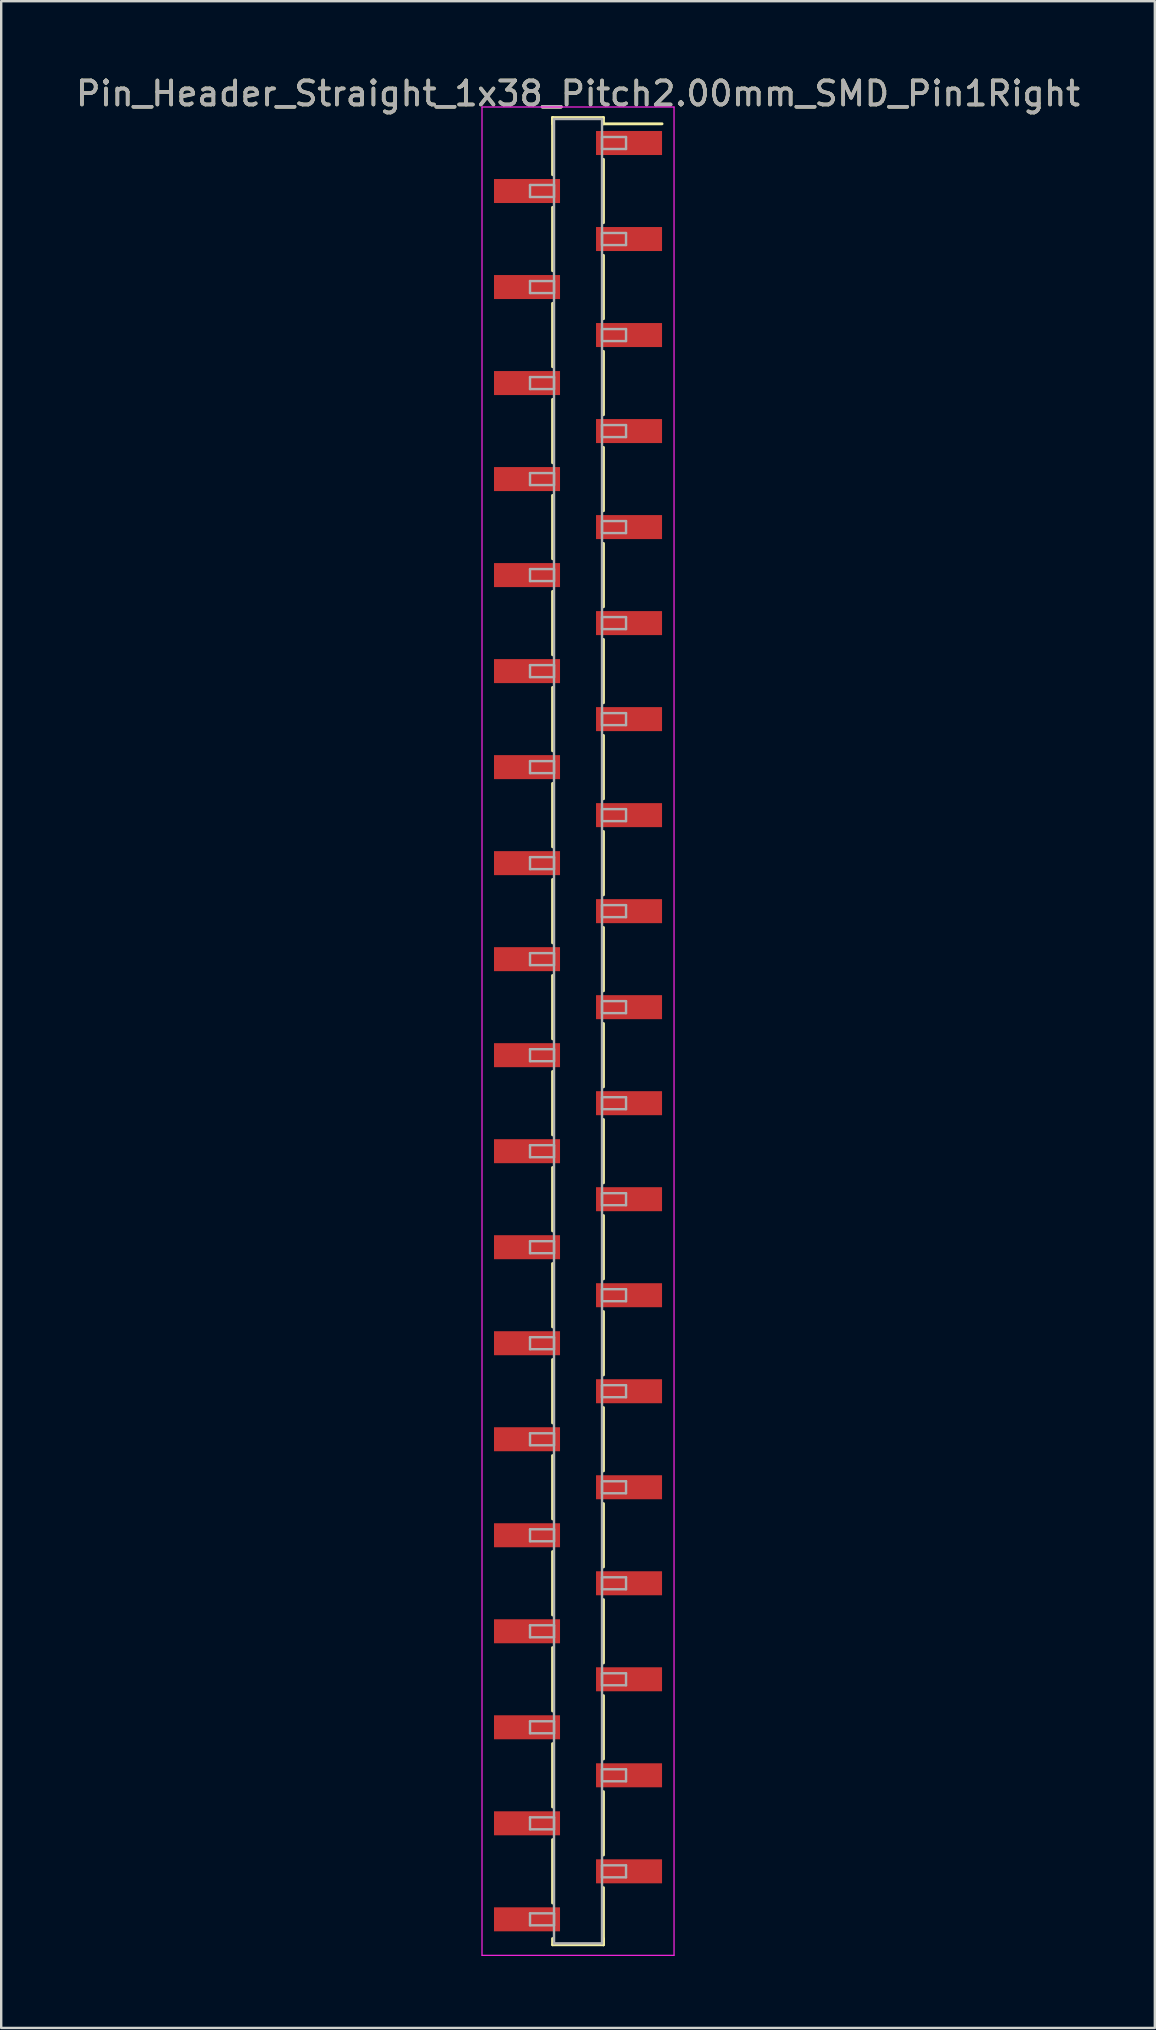
<source format=kicad_pcb>
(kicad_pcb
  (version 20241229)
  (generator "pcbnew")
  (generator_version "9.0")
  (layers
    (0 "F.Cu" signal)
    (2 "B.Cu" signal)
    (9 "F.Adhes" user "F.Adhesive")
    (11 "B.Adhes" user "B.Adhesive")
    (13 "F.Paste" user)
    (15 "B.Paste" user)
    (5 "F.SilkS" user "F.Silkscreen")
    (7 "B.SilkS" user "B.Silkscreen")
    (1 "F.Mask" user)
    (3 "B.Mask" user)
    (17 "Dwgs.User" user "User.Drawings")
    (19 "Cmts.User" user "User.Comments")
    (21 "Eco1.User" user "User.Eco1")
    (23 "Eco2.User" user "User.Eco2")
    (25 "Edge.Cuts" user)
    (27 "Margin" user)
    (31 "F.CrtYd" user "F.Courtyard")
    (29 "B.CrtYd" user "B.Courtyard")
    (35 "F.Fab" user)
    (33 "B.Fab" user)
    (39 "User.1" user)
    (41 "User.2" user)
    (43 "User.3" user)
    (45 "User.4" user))
  (footprint "Pin_Header_Straight_1x38_Pitch2.00mm_SMD_Pin1Right"
    (layer "F.Cu")
    (at 21.03 39.908)
    (property "Reference" "Pin_Header_Straight_1x38_Pitch2.00mm_SMD_Pin1Right" (at 0 -39.06 0) (layer "F.SilkS") (effects (font (size 1 1) (thickness 0.15))))
    (attr smd)
    (fp_line (start -1.06 -38.06) (end -1.06 -35.68) (stroke (width 0.12) (type solid)) (layer "F.SilkS"))
    (fp_line (start -1.06 -38.06) (end 1.06 -38.06) (stroke (width 0.12) (type solid)) (layer "F.SilkS"))
    (fp_line (start -1.06 -37.8) (end -1.06 -38.06) (stroke (width 0.12) (type solid)) (layer "F.SilkS"))
    (fp_line (start -1.06 -34.32) (end -1.06 -31.68) (stroke (width 0.12) (type solid)) (layer "F.SilkS"))
    (fp_line (start -1.06 -30.32) (end -1.06 -27.68) (stroke (width 0.12) (type solid)) (layer "F.SilkS"))
    (fp_line (start -1.06 -26.32) (end -1.06 -23.68) (stroke (width 0.12) (type solid)) (layer "F.SilkS"))
    (fp_line (start -1.06 -22.32) (end -1.06 -19.68) (stroke (width 0.12) (type solid)) (layer "F.SilkS"))
    (fp_line (start -1.06 -18.32) (end -1.06 -15.68) (stroke (width 0.12) (type solid)) (layer "F.SilkS"))
    (fp_line (start -1.06 -14.32) (end -1.06 -11.68) (stroke (width 0.12) (type solid)) (layer "F.SilkS"))
    (fp_line (start -1.06 -10.32) (end -1.06 -7.68) (stroke (width 0.12) (type solid)) (layer "F.SilkS"))
    (fp_line (start -1.06 -6.32) (end -1.06 -3.68) (stroke (width 0.12) (type solid)) (layer "F.SilkS"))
    (fp_line (start -1.06 -2.32) (end -1.06 0.32) (stroke (width 0.12) (type solid)) (layer "F.SilkS"))
    (fp_line (start -1.06 1.68) (end -1.06 4.32) (stroke (width 0.12) (type solid)) (layer "F.SilkS"))
    (fp_line (start -1.06 5.68) (end -1.06 8.32) (stroke (width 0.12) (type solid)) (layer "F.SilkS"))
    (fp_line (start -1.06 9.68) (end -1.06 12.32) (stroke (width 0.12) (type solid)) (layer "F.SilkS"))
    (fp_line (start -1.06 13.68) (end -1.06 16.32) (stroke (width 0.12) (type solid)) (layer "F.SilkS"))
    (fp_line (start -1.06 17.68) (end -1.06 20.32) (stroke (width 0.12) (type solid)) (layer "F.SilkS"))
    (fp_line (start -1.06 21.68) (end -1.06 24.32) (stroke (width 0.12) (type solid)) (layer "F.SilkS"))
    (fp_line (start -1.06 25.68) (end -1.06 28.32) (stroke (width 0.12) (type solid)) (layer "F.SilkS"))
    (fp_line (start -1.06 29.68) (end -1.06 32.32) (stroke (width 0.12) (type solid)) (layer "F.SilkS"))
    (fp_line (start -1.06 33.68) (end -1.06 36.32) (stroke (width 0.12) (type solid)) (layer "F.SilkS"))
    (fp_line (start -1.06 37.8) (end -1.06 38.06) (stroke (width 0.12) (type solid)) (layer "F.SilkS"))
    (fp_line (start -1.06 38.06) (end 1.06 38.06) (stroke (width 0.12) (type solid)) (layer "F.SilkS"))
    (fp_line (start 1.06 -38.06) (end 1.06 -37.8) (stroke (width 0.12) (type solid)) (layer "F.SilkS"))
    (fp_line (start 1.06 -37.8) (end 3.5 -37.8) (stroke (width 0.12) (type solid)) (layer "F.SilkS"))
    (fp_line (start 1.06 -36.32) (end 1.06 -33.68) (stroke (width 0.12) (type solid)) (layer "F.SilkS"))
    (fp_line (start 1.06 -32.32) (end 1.06 -29.68) (stroke (width 0.12) (type solid)) (layer "F.SilkS"))
    (fp_line (start 1.06 -28.32) (end 1.06 -25.68) (stroke (width 0.12) (type solid)) (layer "F.SilkS"))
    (fp_line (start 1.06 -24.32) (end 1.06 -21.68) (stroke (width 0.12) (type solid)) (layer "F.SilkS"))
    (fp_line (start 1.06 -20.32) (end 1.06 -17.68) (stroke (width 0.12) (type solid)) (layer "F.SilkS"))
    (fp_line (start 1.06 -16.32) (end 1.06 -13.68) (stroke (width 0.12) (type solid)) (layer "F.SilkS"))
    (fp_line (start 1.06 -12.32) (end 1.06 -9.68) (stroke (width 0.12) (type solid)) (layer "F.SilkS"))
    (fp_line (start 1.06 -8.32) (end 1.06 -5.68) (stroke (width 0.12) (type solid)) (layer "F.SilkS"))
    (fp_line (start 1.06 -4.32) (end 1.06 -1.68) (stroke (width 0.12) (type solid)) (layer "F.SilkS"))
    (fp_line (start 1.06 -0.32) (end 1.06 2.32) (stroke (width 0.12) (type solid)) (layer "F.SilkS"))
    (fp_line (start 1.06 3.68) (end 1.06 6.32) (stroke (width 0.12) (type solid)) (layer "F.SilkS"))
    (fp_line (start 1.06 7.68) (end 1.06 10.32) (stroke (width 0.12) (type solid)) (layer "F.SilkS"))
    (fp_line (start 1.06 11.68) (end 1.06 14.32) (stroke (width 0.12) (type solid)) (layer "F.SilkS"))
    (fp_line (start 1.06 15.68) (end 1.06 18.32) (stroke (width 0.12) (type solid)) (layer "F.SilkS"))
    (fp_line (start 1.06 19.68) (end 1.06 22.32) (stroke (width 0.12) (type solid)) (layer "F.SilkS"))
    (fp_line (start 1.06 23.68) (end 1.06 26.32) (stroke (width 0.12) (type solid)) (layer "F.SilkS"))
    (fp_line (start 1.06 27.68) (end 1.06 30.32) (stroke (width 0.12) (type solid)) (layer "F.SilkS"))
    (fp_line (start 1.06 31.68) (end 1.06 34.32) (stroke (width 0.12) (type solid)) (layer "F.SilkS"))
    (fp_line (start 1.06 35.68) (end 1.06 38.06) (stroke (width 0.12) (type solid)) (layer "F.SilkS"))
    (fp_line (start 1.06 38.06) (end 1.06 37.8) (stroke (width 0.12) (type solid)) (layer "F.SilkS"))
    (fp_line (start -4 -38.5) (end -4 38.5) (stroke (width 0.05) (type solid)) (layer "F.CrtYd"))
    (fp_line (start -4 38.5) (end 4 38.5) (stroke (width 0.05) (type solid)) (layer "F.CrtYd"))
    (fp_line (start 4 -38.5) (end -4 -38.5) (stroke (width 0.05) (type solid)) (layer "F.CrtYd"))
    (fp_line (start 4 38.5) (end 4 -38.5) (stroke (width 0.05) (type solid)) (layer "F.CrtYd"))
    (fp_line (start -2 -35.25) (end -1 -35.25) (stroke (width 0.1) (type solid)) (layer "F.Fab"))
    (fp_line (start -2 -34.75) (end -2 -35.25) (stroke (width 0.1) (type solid)) (layer "F.Fab"))
    (fp_line (start -2 -31.25) (end -1 -31.25) (stroke (width 0.1) (type solid)) (layer "F.Fab"))
    (fp_line (start -2 -30.75) (end -2 -31.25) (stroke (width 0.1) (type solid)) (layer "F.Fab"))
    (fp_line (start -2 -27.25) (end -1 -27.25) (stroke (width 0.1) (type solid)) (layer "F.Fab"))
    (fp_line (start -2 -26.75) (end -2 -27.25) (stroke (width 0.1) (type solid)) (layer "F.Fab"))
    (fp_line (start -2 -23.25) (end -1 -23.25) (stroke (width 0.1) (type solid)) (layer "F.Fab"))
    (fp_line (start -2 -22.75) (end -2 -23.25) (stroke (width 0.1) (type solid)) (layer "F.Fab"))
    (fp_line (start -2 -19.25) (end -1 -19.25) (stroke (width 0.1) (type solid)) (layer "F.Fab"))
    (fp_line (start -2 -18.75) (end -2 -19.25) (stroke (width 0.1) (type solid)) (layer "F.Fab"))
    (fp_line (start -2 -15.25) (end -1 -15.25) (stroke (width 0.1) (type solid)) (layer "F.Fab"))
    (fp_line (start -2 -14.75) (end -2 -15.25) (stroke (width 0.1) (type solid)) (layer "F.Fab"))
    (fp_line (start -2 -11.25) (end -1 -11.25) (stroke (width 0.1) (type solid)) (layer "F.Fab"))
    (fp_line (start -2 -10.75) (end -2 -11.25) (stroke (width 0.1) (type solid)) (layer "F.Fab"))
    (fp_line (start -2 -7.25) (end -1 -7.25) (stroke (width 0.1) (type solid)) (layer "F.Fab"))
    (fp_line (start -2 -6.75) (end -2 -7.25) (stroke (width 0.1) (type solid)) (layer "F.Fab"))
    (fp_line (start -2 -3.25) (end -1 -3.25) (stroke (width 0.1) (type solid)) (layer "F.Fab"))
    (fp_line (start -2 -2.75) (end -2 -3.25) (stroke (width 0.1) (type solid)) (layer "F.Fab"))
    (fp_line (start -2 0.75) (end -1 0.75) (stroke (width 0.1) (type solid)) (layer "F.Fab"))
    (fp_line (start -2 1.25) (end -2 0.75) (stroke (width 0.1) (type solid)) (layer "F.Fab"))
    (fp_line (start -2 4.75) (end -1 4.75) (stroke (width 0.1) (type solid)) (layer "F.Fab"))
    (fp_line (start -2 5.25) (end -2 4.75) (stroke (width 0.1) (type solid)) (layer "F.Fab"))
    (fp_line (start -2 8.75) (end -1 8.75) (stroke (width 0.1) (type solid)) (layer "F.Fab"))
    (fp_line (start -2 9.25) (end -2 8.75) (stroke (width 0.1) (type solid)) (layer "F.Fab"))
    (fp_line (start -2 12.75) (end -1 12.75) (stroke (width 0.1) (type solid)) (layer "F.Fab"))
    (fp_line (start -2 13.25) (end -2 12.75) (stroke (width 0.1) (type solid)) (layer "F.Fab"))
    (fp_line (start -2 16.75) (end -1 16.75) (stroke (width 0.1) (type solid)) (layer "F.Fab"))
    (fp_line (start -2 17.25) (end -2 16.75) (stroke (width 0.1) (type solid)) (layer "F.Fab"))
    (fp_line (start -2 20.75) (end -1 20.75) (stroke (width 0.1) (type solid)) (layer "F.Fab"))
    (fp_line (start -2 21.25) (end -2 20.75) (stroke (width 0.1) (type solid)) (layer "F.Fab"))
    (fp_line (start -2 24.75) (end -1 24.75) (stroke (width 0.1) (type solid)) (layer "F.Fab"))
    (fp_line (start -2 25.25) (end -2 24.75) (stroke (width 0.1) (type solid)) (layer "F.Fab"))
    (fp_line (start -2 28.75) (end -1 28.75) (stroke (width 0.1) (type solid)) (layer "F.Fab"))
    (fp_line (start -2 29.25) (end -2 28.75) (stroke (width 0.1) (type solid)) (layer "F.Fab"))
    (fp_line (start -2 32.75) (end -1 32.75) (stroke (width 0.1) (type solid)) (layer "F.Fab"))
    (fp_line (start -2 33.25) (end -2 32.75) (stroke (width 0.1) (type solid)) (layer "F.Fab"))
    (fp_line (start -2 36.75) (end -1 36.75) (stroke (width 0.1) (type solid)) (layer "F.Fab"))
    (fp_line (start -2 37.25) (end -2 36.75) (stroke (width 0.1) (type solid)) (layer "F.Fab"))
    (fp_line (start -1 -38) (end -1 38) (stroke (width 0.1) (type solid)) (layer "F.Fab"))
    (fp_line (start -1 -35.25) (end -1 -34.75) (stroke (width 0.1) (type solid)) (layer "F.Fab"))
    (fp_line (start -1 -34.75) (end -2 -34.75) (stroke (width 0.1) (type solid)) (layer "F.Fab"))
    (fp_line (start -1 -31.25) (end -1 -30.75) (stroke (width 0.1) (type solid)) (layer "F.Fab"))
    (fp_line (start -1 -30.75) (end -2 -30.75) (stroke (width 0.1) (type solid)) (layer "F.Fab"))
    (fp_line (start -1 -27.25) (end -1 -26.75) (stroke (width 0.1) (type solid)) (layer "F.Fab"))
    (fp_line (start -1 -26.75) (end -2 -26.75) (stroke (width 0.1) (type solid)) (layer "F.Fab"))
    (fp_line (start -1 -23.25) (end -1 -22.75) (stroke (width 0.1) (type solid)) (layer "F.Fab"))
    (fp_line (start -1 -22.75) (end -2 -22.75) (stroke (width 0.1) (type solid)) (layer "F.Fab"))
    (fp_line (start -1 -19.25) (end -1 -18.75) (stroke (width 0.1) (type solid)) (layer "F.Fab"))
    (fp_line (start -1 -18.75) (end -2 -18.75) (stroke (width 0.1) (type solid)) (layer "F.Fab"))
    (fp_line (start -1 -15.25) (end -1 -14.75) (stroke (width 0.1) (type solid)) (layer "F.Fab"))
    (fp_line (start -1 -14.75) (end -2 -14.75) (stroke (width 0.1) (type solid)) (layer "F.Fab"))
    (fp_line (start -1 -11.25) (end -1 -10.75) (stroke (width 0.1) (type solid)) (layer "F.Fab"))
    (fp_line (start -1 -10.75) (end -2 -10.75) (stroke (width 0.1) (type solid)) (layer "F.Fab"))
    (fp_line (start -1 -7.25) (end -1 -6.75) (stroke (width 0.1) (type solid)) (layer "F.Fab"))
    (fp_line (start -1 -6.75) (end -2 -6.75) (stroke (width 0.1) (type solid)) (layer "F.Fab"))
    (fp_line (start -1 -3.25) (end -1 -2.75) (stroke (width 0.1) (type solid)) (layer "F.Fab"))
    (fp_line (start -1 -2.75) (end -2 -2.75) (stroke (width 0.1) (type solid)) (layer "F.Fab"))
    (fp_line (start -1 0.75) (end -1 1.25) (stroke (width 0.1) (type solid)) (layer "F.Fab"))
    (fp_line (start -1 1.25) (end -2 1.25) (stroke (width 0.1) (type solid)) (layer "F.Fab"))
    (fp_line (start -1 4.75) (end -1 5.25) (stroke (width 0.1) (type solid)) (layer "F.Fab"))
    (fp_line (start -1 5.25) (end -2 5.25) (stroke (width 0.1) (type solid)) (layer "F.Fab"))
    (fp_line (start -1 8.75) (end -1 9.25) (stroke (width 0.1) (type solid)) (layer "F.Fab"))
    (fp_line (start -1 9.25) (end -2 9.25) (stroke (width 0.1) (type solid)) (layer "F.Fab"))
    (fp_line (start -1 12.75) (end -1 13.25) (stroke (width 0.1) (type solid)) (layer "F.Fab"))
    (fp_line (start -1 13.25) (end -2 13.25) (stroke (width 0.1) (type solid)) (layer "F.Fab"))
    (fp_line (start -1 16.75) (end -1 17.25) (stroke (width 0.1) (type solid)) (layer "F.Fab"))
    (fp_line (start -1 17.25) (end -2 17.25) (stroke (width 0.1) (type solid)) (layer "F.Fab"))
    (fp_line (start -1 20.75) (end -1 21.25) (stroke (width 0.1) (type solid)) (layer "F.Fab"))
    (fp_line (start -1 21.25) (end -2 21.25) (stroke (width 0.1) (type solid)) (layer "F.Fab"))
    (fp_line (start -1 24.75) (end -1 25.25) (stroke (width 0.1) (type solid)) (layer "F.Fab"))
    (fp_line (start -1 25.25) (end -2 25.25) (stroke (width 0.1) (type solid)) (layer "F.Fab"))
    (fp_line (start -1 28.75) (end -1 29.25) (stroke (width 0.1) (type solid)) (layer "F.Fab"))
    (fp_line (start -1 29.25) (end -2 29.25) (stroke (width 0.1) (type solid)) (layer "F.Fab"))
    (fp_line (start -1 32.75) (end -1 33.25) (stroke (width 0.1) (type solid)) (layer "F.Fab"))
    (fp_line (start -1 33.25) (end -2 33.25) (stroke (width 0.1) (type solid)) (layer "F.Fab"))
    (fp_line (start -1 36.75) (end -1 37.25) (stroke (width 0.1) (type solid)) (layer "F.Fab"))
    (fp_line (start -1 37.25) (end -2 37.25) (stroke (width 0.1) (type solid)) (layer "F.Fab"))
    (fp_line (start -1 38) (end 1 38) (stroke (width 0.1) (type solid)) (layer "F.Fab"))
    (fp_line (start 1 -38) (end -1 -38) (stroke (width 0.1) (type solid)) (layer "F.Fab"))
    (fp_line (start 1 -37.25) (end 1 -36.75) (stroke (width 0.1) (type solid)) (layer "F.Fab"))
    (fp_line (start 1 -36.75) (end 2 -36.75) (stroke (width 0.1) (type solid)) (layer "F.Fab"))
    (fp_line (start 1 -33.25) (end 1 -32.75) (stroke (width 0.1) (type solid)) (layer "F.Fab"))
    (fp_line (start 1 -32.75) (end 2 -32.75) (stroke (width 0.1) (type solid)) (layer "F.Fab"))
    (fp_line (start 1 -29.25) (end 1 -28.75) (stroke (width 0.1) (type solid)) (layer "F.Fab"))
    (fp_line (start 1 -28.75) (end 2 -28.75) (stroke (width 0.1) (type solid)) (layer "F.Fab"))
    (fp_line (start 1 -25.25) (end 1 -24.75) (stroke (width 0.1) (type solid)) (layer "F.Fab"))
    (fp_line (start 1 -24.75) (end 2 -24.75) (stroke (width 0.1) (type solid)) (layer "F.Fab"))
    (fp_line (start 1 -21.25) (end 1 -20.75) (stroke (width 0.1) (type solid)) (layer "F.Fab"))
    (fp_line (start 1 -20.75) (end 2 -20.75) (stroke (width 0.1) (type solid)) (layer "F.Fab"))
    (fp_line (start 1 -17.25) (end 1 -16.75) (stroke (width 0.1) (type solid)) (layer "F.Fab"))
    (fp_line (start 1 -16.75) (end 2 -16.75) (stroke (width 0.1) (type solid)) (layer "F.Fab"))
    (fp_line (start 1 -13.25) (end 1 -12.75) (stroke (width 0.1) (type solid)) (layer "F.Fab"))
    (fp_line (start 1 -12.75) (end 2 -12.75) (stroke (width 0.1) (type solid)) (layer "F.Fab"))
    (fp_line (start 1 -9.25) (end 1 -8.75) (stroke (width 0.1) (type solid)) (layer "F.Fab"))
    (fp_line (start 1 -8.75) (end 2 -8.75) (stroke (width 0.1) (type solid)) (layer "F.Fab"))
    (fp_line (start 1 -5.25) (end 1 -4.75) (stroke (width 0.1) (type solid)) (layer "F.Fab"))
    (fp_line (start 1 -4.75) (end 2 -4.75) (stroke (width 0.1) (type solid)) (layer "F.Fab"))
    (fp_line (start 1 -1.25) (end 1 -0.75) (stroke (width 0.1) (type solid)) (layer "F.Fab"))
    (fp_line (start 1 -0.75) (end 2 -0.75) (stroke (width 0.1) (type solid)) (layer "F.Fab"))
    (fp_line (start 1 2.75) (end 1 3.25) (stroke (width 0.1) (type solid)) (layer "F.Fab"))
    (fp_line (start 1 3.25) (end 2 3.25) (stroke (width 0.1) (type solid)) (layer "F.Fab"))
    (fp_line (start 1 6.75) (end 1 7.25) (stroke (width 0.1) (type solid)) (layer "F.Fab"))
    (fp_line (start 1 7.25) (end 2 7.25) (stroke (width 0.1) (type solid)) (layer "F.Fab"))
    (fp_line (start 1 10.75) (end 1 11.25) (stroke (width 0.1) (type solid)) (layer "F.Fab"))
    (fp_line (start 1 11.25) (end 2 11.25) (stroke (width 0.1) (type solid)) (layer "F.Fab"))
    (fp_line (start 1 14.75) (end 1 15.25) (stroke (width 0.1) (type solid)) (layer "F.Fab"))
    (fp_line (start 1 15.25) (end 2 15.25) (stroke (width 0.1) (type solid)) (layer "F.Fab"))
    (fp_line (start 1 18.75) (end 1 19.25) (stroke (width 0.1) (type solid)) (layer "F.Fab"))
    (fp_line (start 1 19.25) (end 2 19.25) (stroke (width 0.1) (type solid)) (layer "F.Fab"))
    (fp_line (start 1 22.75) (end 1 23.25) (stroke (width 0.1) (type solid)) (layer "F.Fab"))
    (fp_line (start 1 23.25) (end 2 23.25) (stroke (width 0.1) (type solid)) (layer "F.Fab"))
    (fp_line (start 1 26.75) (end 1 27.25) (stroke (width 0.1) (type solid)) (layer "F.Fab"))
    (fp_line (start 1 27.25) (end 2 27.25) (stroke (width 0.1) (type solid)) (layer "F.Fab"))
    (fp_line (start 1 30.75) (end 1 31.25) (stroke (width 0.1) (type solid)) (layer "F.Fab"))
    (fp_line (start 1 31.25) (end 2 31.25) (stroke (width 0.1) (type solid)) (layer "F.Fab"))
    (fp_line (start 1 34.75) (end 1 35.25) (stroke (width 0.1) (type solid)) (layer "F.Fab"))
    (fp_line (start 1 35.25) (end 2 35.25) (stroke (width 0.1) (type solid)) (layer "F.Fab"))
    (fp_line (start 1 38) (end 1 -38) (stroke (width 0.1) (type solid)) (layer "F.Fab"))
    (fp_line (start 2 -37.25) (end 1 -37.25) (stroke (width 0.1) (type solid)) (layer "F.Fab"))
    (fp_line (start 2 -36.75) (end 2 -37.25) (stroke (width 0.1) (type solid)) (layer "F.Fab"))
    (fp_line (start 2 -33.25) (end 1 -33.25) (stroke (width 0.1) (type solid)) (layer "F.Fab"))
    (fp_line (start 2 -32.75) (end 2 -33.25) (stroke (width 0.1) (type solid)) (layer "F.Fab"))
    (fp_line (start 2 -29.25) (end 1 -29.25) (stroke (width 0.1) (type solid)) (layer "F.Fab"))
    (fp_line (start 2 -28.75) (end 2 -29.25) (stroke (width 0.1) (type solid)) (layer "F.Fab"))
    (fp_line (start 2 -25.25) (end 1 -25.25) (stroke (width 0.1) (type solid)) (layer "F.Fab"))
    (fp_line (start 2 -24.75) (end 2 -25.25) (stroke (width 0.1) (type solid)) (layer "F.Fab"))
    (fp_line (start 2 -21.25) (end 1 -21.25) (stroke (width 0.1) (type solid)) (layer "F.Fab"))
    (fp_line (start 2 -20.75) (end 2 -21.25) (stroke (width 0.1) (type solid)) (layer "F.Fab"))
    (fp_line (start 2 -17.25) (end 1 -17.25) (stroke (width 0.1) (type solid)) (layer "F.Fab"))
    (fp_line (start 2 -16.75) (end 2 -17.25) (stroke (width 0.1) (type solid)) (layer "F.Fab"))
    (fp_line (start 2 -13.25) (end 1 -13.25) (stroke (width 0.1) (type solid)) (layer "F.Fab"))
    (fp_line (start 2 -12.75) (end 2 -13.25) (stroke (width 0.1) (type solid)) (layer "F.Fab"))
    (fp_line (start 2 -9.25) (end 1 -9.25) (stroke (width 0.1) (type solid)) (layer "F.Fab"))
    (fp_line (start 2 -8.75) (end 2 -9.25) (stroke (width 0.1) (type solid)) (layer "F.Fab"))
    (fp_line (start 2 -5.25) (end 1 -5.25) (stroke (width 0.1) (type solid)) (layer "F.Fab"))
    (fp_line (start 2 -4.75) (end 2 -5.25) (stroke (width 0.1) (type solid)) (layer "F.Fab"))
    (fp_line (start 2 -1.25) (end 1 -1.25) (stroke (width 0.1) (type solid)) (layer "F.Fab"))
    (fp_line (start 2 -0.75) (end 2 -1.25) (stroke (width 0.1) (type solid)) (layer "F.Fab"))
    (fp_line (start 2 2.75) (end 1 2.75) (stroke (width 0.1) (type solid)) (layer "F.Fab"))
    (fp_line (start 2 3.25) (end 2 2.75) (stroke (width 0.1) (type solid)) (layer "F.Fab"))
    (fp_line (start 2 6.75) (end 1 6.75) (stroke (width 0.1) (type solid)) (layer "F.Fab"))
    (fp_line (start 2 7.25) (end 2 6.75) (stroke (width 0.1) (type solid)) (layer "F.Fab"))
    (fp_line (start 2 10.75) (end 1 10.75) (stroke (width 0.1) (type solid)) (layer "F.Fab"))
    (fp_line (start 2 11.25) (end 2 10.75) (stroke (width 0.1) (type solid)) (layer "F.Fab"))
    (fp_line (start 2 14.75) (end 1 14.75) (stroke (width 0.1) (type solid)) (layer "F.Fab"))
    (fp_line (start 2 15.25) (end 2 14.75) (stroke (width 0.1) (type solid)) (layer "F.Fab"))
    (fp_line (start 2 18.75) (end 1 18.75) (stroke (width 0.1) (type solid)) (layer "F.Fab"))
    (fp_line (start 2 19.25) (end 2 18.75) (stroke (width 0.1) (type solid)) (layer "F.Fab"))
    (fp_line (start 2 22.75) (end 1 22.75) (stroke (width 0.1) (type solid)) (layer "F.Fab"))
    (fp_line (start 2 23.25) (end 2 22.75) (stroke (width 0.1) (type solid)) (layer "F.Fab"))
    (fp_line (start 2 26.75) (end 1 26.75) (stroke (width 0.1) (type solid)) (layer "F.Fab"))
    (fp_line (start 2 27.25) (end 2 26.75) (stroke (width 0.1) (type solid)) (layer "F.Fab"))
    (fp_line (start 2 30.75) (end 1 30.75) (stroke (width 0.1) (type solid)) (layer "F.Fab"))
    (fp_line (start 2 31.25) (end 2 30.75) (stroke (width 0.1) (type solid)) (layer "F.Fab"))
    (fp_line (start 2 34.75) (end 1 34.75) (stroke (width 0.1) (type solid)) (layer "F.Fab"))
    (fp_line (start 2 35.25) (end 2 34.75) (stroke (width 0.1) (type solid)) (layer "F.Fab"))
    (fp_text user "${REFERENCE}" (at 0 -39.06 0) (layer "F.Fab") (effects (font (size 1 1) (thickness 0.15))))
    (pad "1" smd rect (at 2.125 -37) (size 2.75 1) (layers "F.Cu" "F.Mask" "F.Paste"))
    (pad "2" smd rect (at -2.125 -35) (size 2.75 1) (layers "F.Cu" "F.Mask" "F.Paste"))
    (pad "3" smd rect (at 2.125 -33) (size 2.75 1) (layers "F.Cu" "F.Mask" "F.Paste"))
    (pad "4" smd rect (at -2.125 -31) (size 2.75 1) (layers "F.Cu" "F.Mask" "F.Paste"))
    (pad "5" smd rect (at 2.125 -29) (size 2.75 1) (layers "F.Cu" "F.Mask" "F.Paste"))
    (pad "6" smd rect (at -2.125 -27) (size 2.75 1) (layers "F.Cu" "F.Mask" "F.Paste"))
    (pad "7" smd rect (at 2.125 -25) (size 2.75 1) (layers "F.Cu" "F.Mask" "F.Paste"))
    (pad "8" smd rect (at -2.125 -23) (size 2.75 1) (layers "F.Cu" "F.Mask" "F.Paste"))
    (pad "9" smd rect (at 2.125 -21) (size 2.75 1) (layers "F.Cu" "F.Mask" "F.Paste"))
    (pad "10" smd rect (at -2.125 -19) (size 2.75 1) (layers "F.Cu" "F.Mask" "F.Paste"))
    (pad "11" smd rect (at 2.125 -17) (size 2.75 1) (layers "F.Cu" "F.Mask" "F.Paste"))
    (pad "12" smd rect (at -2.125 -15) (size 2.75 1) (layers "F.Cu" "F.Mask" "F.Paste"))
    (pad "13" smd rect (at 2.125 -13) (size 2.75 1) (layers "F.Cu" "F.Mask" "F.Paste"))
    (pad "14" smd rect (at -2.125 -11) (size 2.75 1) (layers "F.Cu" "F.Mask" "F.Paste"))
    (pad "15" smd rect (at 2.125 -9) (size 2.75 1) (layers "F.Cu" "F.Mask" "F.Paste"))
    (pad "16" smd rect (at -2.125 -7) (size 2.75 1) (layers "F.Cu" "F.Mask" "F.Paste"))
    (pad "17" smd rect (at 2.125 -5) (size 2.75 1) (layers "F.Cu" "F.Mask" "F.Paste"))
    (pad "18" smd rect (at -2.125 -3) (size 2.75 1) (layers "F.Cu" "F.Mask" "F.Paste"))
    (pad "19" smd rect (at 2.125 -1) (size 2.75 1) (layers "F.Cu" "F.Mask" "F.Paste"))
    (pad "20" smd rect (at -2.125 1) (size 2.75 1) (layers "F.Cu" "F.Mask" "F.Paste"))
    (pad "21" smd rect (at 2.125 3) (size 2.75 1) (layers "F.Cu" "F.Mask" "F.Paste"))
    (pad "22" smd rect (at -2.125 5) (size 2.75 1) (layers "F.Cu" "F.Mask" "F.Paste"))
    (pad "23" smd rect (at 2.125 7) (size 2.75 1) (layers "F.Cu" "F.Mask" "F.Paste"))
    (pad "24" smd rect (at -2.125 9) (size 2.75 1) (layers "F.Cu" "F.Mask" "F.Paste"))
    (pad "25" smd rect (at 2.125 11) (size 2.75 1) (layers "F.Cu" "F.Mask" "F.Paste"))
    (pad "26" smd rect (at -2.125 13) (size 2.75 1) (layers "F.Cu" "F.Mask" "F.Paste"))
    (pad "27" smd rect (at 2.125 15) (size 2.75 1) (layers "F.Cu" "F.Mask" "F.Paste"))
    (pad "28" smd rect (at -2.125 17) (size 2.75 1) (layers "F.Cu" "F.Mask" "F.Paste"))
    (pad "29" smd rect (at 2.125 19) (size 2.75 1) (layers "F.Cu" "F.Mask" "F.Paste"))
    (pad "30" smd rect (at -2.125 21) (size 2.75 1) (layers "F.Cu" "F.Mask" "F.Paste"))
    (pad "31" smd rect (at 2.125 23) (size 2.75 1) (layers "F.Cu" "F.Mask" "F.Paste"))
    (pad "32" smd rect (at -2.125 25) (size 2.75 1) (layers "F.Cu" "F.Mask" "F.Paste"))
    (pad "33" smd rect (at 2.125 27) (size 2.75 1) (layers "F.Cu" "F.Mask" "F.Paste"))
    (pad "34" smd rect (at -2.125 29) (size 2.75 1) (layers "F.Cu" "F.Mask" "F.Paste"))
    (pad "35" smd rect (at 2.125 31) (size 2.75 1) (layers "F.Cu" "F.Mask" "F.Paste"))
    (pad "36" smd rect (at -2.125 33) (size 2.75 1) (layers "F.Cu" "F.Mask" "F.Paste"))
    (pad "37" smd rect (at 2.125 35) (size 2.75 1) (layers "F.Cu" "F.Mask" "F.Paste"))
    (pad "38" smd rect (at -2.125 37) (size 2.75 1) (layers "F.Cu" "F.Mask" "F.Paste")))
  (gr_rect
    (start -3 -3)
    (end 45.06 81.433)
    (stroke (width 0.1) (type default))
    (fill no)
    (layer "Edge.Cuts")))
</source>
